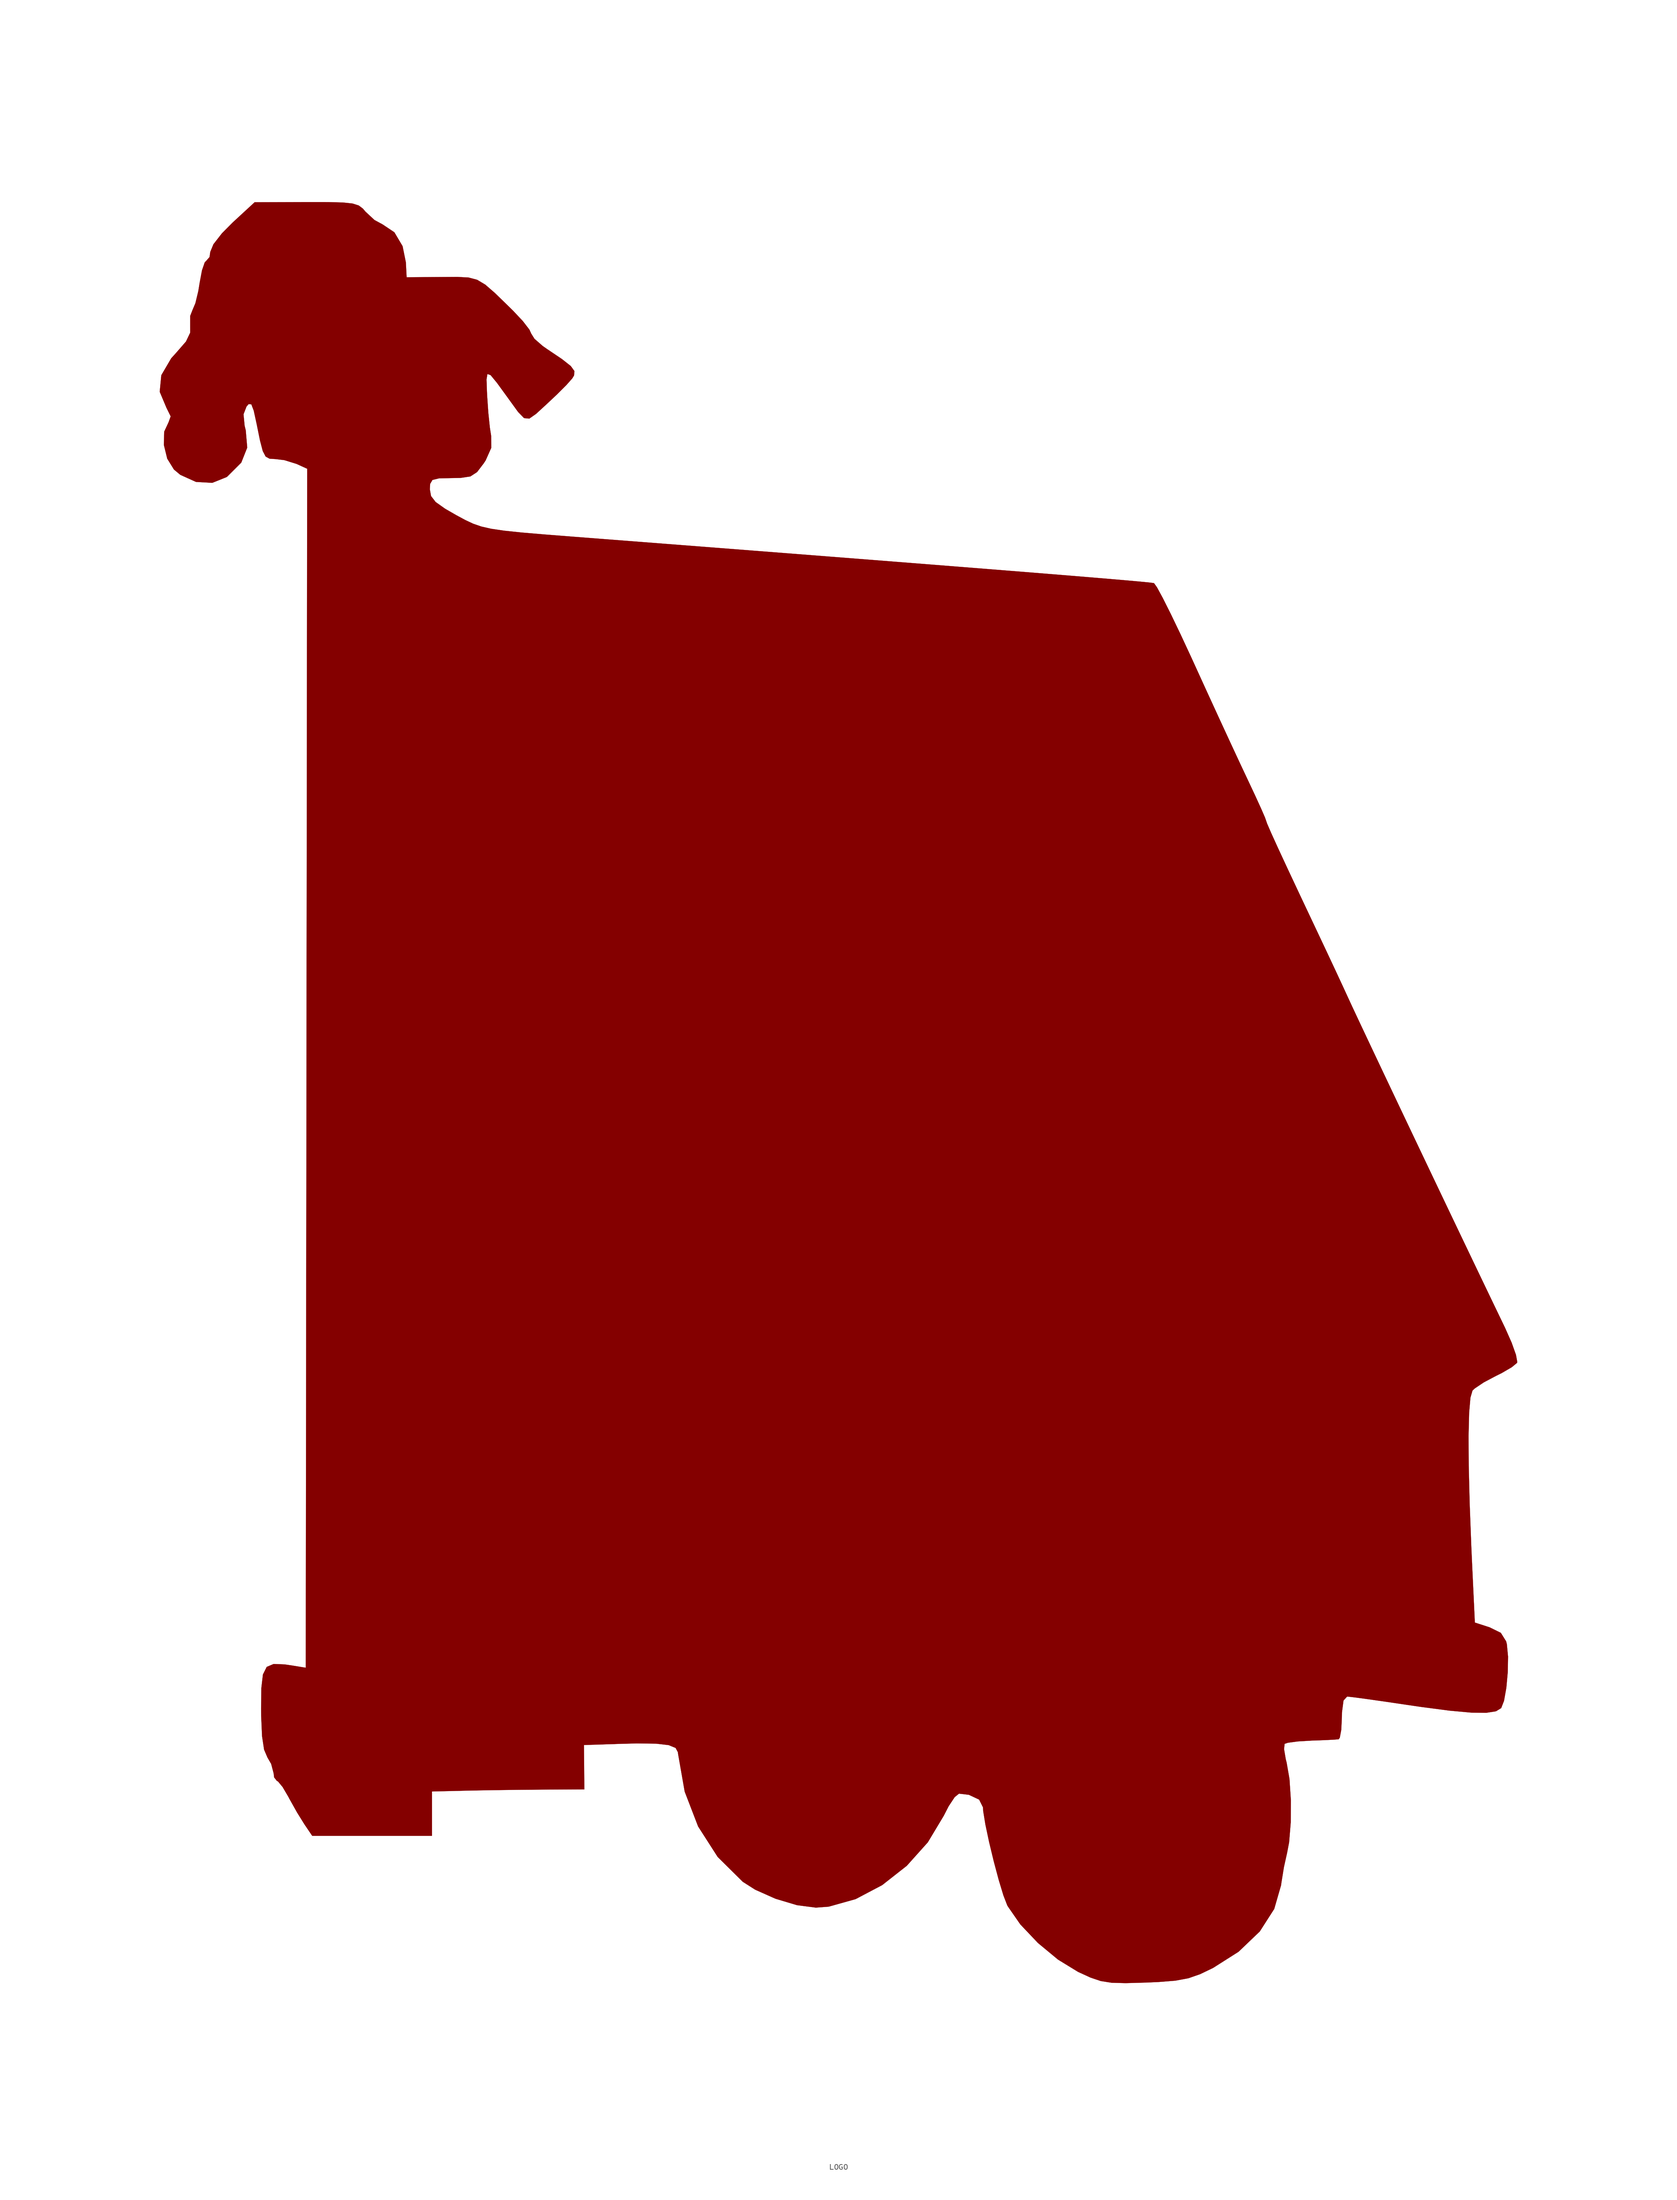
<source format=kicad_sym>
(kicad_symbol_lib
  (version 20210619)
  (generator bitmap2component)
  (symbol "LOGO"
    (pin_names
      (offset 1.016))
    (property "Reference" "#G"
      (at 0 170.109 0)
      (effects (font (size 1.27 1.27)) hide))
    (symbol "LOGO_0_0"
      (polyline (pts (xy 69.497 -135.995) (xy 71.619 -135.904) (xy 74.48 -135.676) (xy 76.655 -135.274) (xy 78.603 -134.599) (xy 80.786 -133.55) (xy 85.051 -130.843) (xy 88.594 -127.455) (xy 91.008 -123.692) (xy 92.152 -119.725) (xy 92.195 -119.375) (xy 92.627 -116.708) (xy 93.162 -114.3) (xy 93.496 -112.544) (xy 93.766 -109.22) (xy 93.784 -105.502) (xy 93.554 -101.979) (xy 93.078 -99.241) (xy 92.932 -98.672) (xy 92.649 -96.993) (xy 92.741 -96.113) (xy 93.293 -95.926) (xy 94.936 -95.707) (xy 97.202 -95.57) (xy 98.94 -95.508) (xy 100.83 -95.42) (xy 101.776 -95.347) (xy 101.965 -95.079) (xy 102.21 -93.758) (xy 102.306 -91.722) (xy 102.32 -90.882) (xy 102.585 -88.869) (xy 103.188 -88.211) (xy 103.266 -88.215) (xy 104.47 -88.353) (xy 106.728 -88.658) (xy 109.749 -89.089) (xy 113.242 -89.606) (xy 115.561 -89.946) (xy 120.321 -90.567) (xy 123.898 -90.892) (xy 126.434 -90.925) (xy 128.066 -90.671) (xy 128.935 -90.135) (xy 129.406 -88.924) (xy 129.794 -86.742) (xy 130.032 -84.11) (xy 130.075 -81.521) (xy 129.88 -79.466) (xy 129.763 -78.99) (xy 128.873 -77.565) (xy 127 -76.644) (xy 124.531 -75.847) (xy 124.082 -66.322) (xy 123.943 -63.255) (xy 123.663 -55.909) (xy 123.508 -49.68) (xy 123.479 -44.626) (xy 123.574 -40.804) (xy 123.794 -38.272) (xy 124.139 -37.088) (xy 124.516 -36.735) (xy 126.03 -35.72) (xy 128.039 -34.656) (xy 129.022 -34.167) (xy 130.71 -33.184) (xy 131.583 -32.461) (xy 131.622 -32.321) (xy 131.401 -31.108) (xy 130.681 -29.088) (xy 129.585 -26.617) (xy 127.569 -22.427) (xy 125.216 -17.52) (xy 122.64 -12.135) (xy 119.925 -6.449) (xy 117.154 -0.635) (xy 114.41 5.131) (xy 111.776 10.675) (xy 109.336 15.821) (xy 107.173 20.394) (xy 105.369 24.22) (xy 104.008 27.123) (xy 103.174 28.928) (xy 102.525 30.341) (xy 101.291 32.996) (xy 99.794 36.191) (xy 98.228 39.511) (xy 98.222 39.523) (xy 95.45 45.394) (xy 93.256 50.068) (xy 91.609 53.617) (xy 90.474 56.113) (xy 89.817 57.631) (xy 89.606 58.242) (xy 89.465 58.643) (xy 88.831 60.105) (xy 87.804 62.355) (xy 86.511 65.106) (xy 85.334 67.607) (xy 83.638 71.254) (xy 81.664 75.527) (xy 79.573 80.083) (xy 77.522 84.578) (xy 77.152 85.389) (xy 75.35 89.264) (xy 73.727 92.642) (xy 72.381 95.323) (xy 71.41 97.111) (xy 70.914 97.807) (xy 70.887 97.814) (xy 69.963 97.927) (xy 67.783 98.134) (xy 64.334 98.434) (xy 59.602 98.83) (xy 53.572 99.323) (xy 46.232 99.912) (xy 37.568 100.6) (xy 27.565 101.388) (xy 16.21 102.277) (xy 3.489 103.268) (xy -10.612 104.362) (xy -26.105 105.559) (xy -30.888 105.933) (xy -34.762 106.261) (xy -37.672 106.565) (xy -39.843 106.885) (xy -41.504 107.263) (xy -42.879 107.741) (xy -44.197 108.361) (xy -45.685 109.165) (xy -47.526 110.223) (xy -49.128 111.358) (xy -49.897 112.358) (xy -50.096 113.479) (xy -50.049 114.378) (xy -49.659 115.044) (xy -48.57 115.31) (xy -46.426 115.358) (xy -44.977 115.381) (xy -43.315 115.631) (xy -42.199 116.362) (xy -41.082 117.828) (xy -40.77 118.306) (xy -39.83 120.412) (xy -39.852 122.414) (xy -40.068 123.8) (xy -40.329 126.312) (xy -40.518 129.083) (xy -40.556 129.832) (xy -40.625 131.83) (xy -40.474 132.742) (xy -39.945 132.557) (xy -38.881 131.264) (xy -37.128 128.854) (xy -36.819 128.425) (xy -35.347 126.394) (xy -34.353 125.371) (xy -33.473 125.29) (xy -32.34 126.086) (xy -30.587 127.695) (xy -28.899 129.281) (xy -27.263 130.916) (xy -26.304 131.996) (xy -26 132.49) (xy -25.933 133.228) (xy -26.544 134.073) (xy -28.011 135.233) (xy -30.51 136.915) (xy -31.235 137.421) (xy -32.609 138.621) (xy -33.156 139.494) (xy -33.46 140.161) (xy -34.55 141.576) (xy -36.16 143.29) (xy -36.993 144.109) (xy -39.212 146.269) (xy -40.834 147.675) (xy -42.194 148.486) (xy -43.628 148.862) (xy -45.47 148.963) (xy -48.056 148.947) (xy -53.975 148.906) (xy -54.105 151.412) (xy -54.65 154.101) (xy -56.021 156.418) (xy -57.986 157.733) (xy -59.348 158.471) (xy -60.848 159.864) (xy -61.287 160.378) (xy -61.977 160.897) (xy -62.999 161.222) (xy -64.622 161.396) (xy -67.117 161.463) (xy -70.752 161.466) (xy -79.375 161.439) (xy -83.079 158.023) (xy -84.844 156.241) (xy -86.26 154.421) (xy -86.783 153.151) (xy -86.909 152.288) (xy -87.423 151.694) (xy -87.711 151.401) (xy -88.173 150.056) (xy -88.56 147.99) (xy -88.787 146.6) (xy -89.273 144.577) (xy -89.767 143.408) (xy -90.14 142.454) (xy -90.141 140.773) (xy -90.138 139.657) (xy -90.848 138.169) (xy -92.528 136.238) (xy -93.316 135.366) (xy -94.968 132.546) (xy -95.236 129.772) (xy -94.11 127.097) (xy -93.403 125.663) (xy -93.757 124.683) (xy -94.483 123.121) (xy -94.543 120.896) (xy -93.98 118.596) (xy -92.859 116.784) (xy -91.796 115.898) (xy -89.171 114.712) (xy -86.448 114.562) (xy -84.074 115.513) (xy -83.927 115.623) (xy -81.607 117.938) (xy -80.612 120.445) (xy -80.861 123.343) (xy -81.048 124.105) (xy -81.232 126.01) (xy -80.725 127.317) (xy -80.36 127.726) (xy -79.927 127.672) (xy -79.527 126.634) (xy -79.041 124.406) (xy -78.482 121.648) (xy -78.018 119.873) (xy -77.532 118.946) (xy -76.876 118.591) (xy -75.903 118.533) (xy -74.41 118.353) (xy -72.37 117.722) (xy -70.591 116.912) (xy -70.71 16.758) (xy -70.829 -83.396) (xy -73.111 -83.025) (xy -74.37 -82.839) (xy -76.201 -82.768) (xy -77.356 -83.258) (xy -77.988 -84.522) (xy -78.25 -86.77) (xy -78.294 -90.217) (xy -78.283 -91.427) (xy -78.135 -94.828) (xy -77.794 -97.081) (xy -77.236 -98.383) (xy -76.612 -99.466) (xy -76.2 -101.029) (xy -76.113 -101.719) (xy -75.655 -102.306) (xy -75.478 -102.387) (xy -74.705 -103.317) (xy -73.744 -104.951) (xy -73.56 -105.304) (xy -72.28 -107.585) (xy -71.066 -109.537) (xy -69.754 -111.478) (xy -59.748 -111.478) (xy -49.742 -111.478) (xy -49.742 -104.069) (xy -44.097 -103.932) (xy -43.071 -103.909) (xy -39.38 -103.844) (xy -35.24 -103.789) (xy -31.367 -103.756) (xy -24.281 -103.717) (xy -24.342 -96.308) (xy -17.992 -96.101) (xy -15.527 -96.041) (xy -12.296 -96.08) (xy -10.187 -96.323) (xy -9.027 -96.796) (xy -8.638 -97.527) (xy -8.621 -97.753) (xy -7.511 -104.091) (xy -5.269 -109.911) (xy -2.001 -115.002) (xy 2.189 -119.152) (xy 4.263 -120.474) (xy 7.659 -121.987) (xy 11.254 -123.063) (xy 14.404 -123.472) (xy 16.561 -123.309) (xy 21.055 -122.052) (xy 25.493 -119.713) (xy 29.605 -116.485) (xy 33.124 -112.558) (xy 35.783 -108.126) (xy 36.597 -106.542) (xy 37.606 -105.017) (xy 38.328 -104.432) (xy 39.976 -104.623) (xy 41.694 -105.43) (xy 42.333 -106.71) (xy 42.381 -107.392) (xy 42.738 -109.584) (xy 43.356 -112.502) (xy 44.133 -115.726) (xy 44.964 -118.839) (xy 45.747 -121.421) (xy 46.377 -123.054) (xy 46.485 -123.26) (xy 48.577 -126.276) (xy 51.516 -129.376) (xy 54.87 -132.153) (xy 58.208 -134.199) (xy 58.26 -134.224) (xy 60.304 -135.161) (xy 62.014 -135.738) (xy 63.825 -136.023) (xy 66.175 -136.086) (xy 69.497 -135.995)) (stroke (width 0.01)) (fill (type outline))))))
</source>
